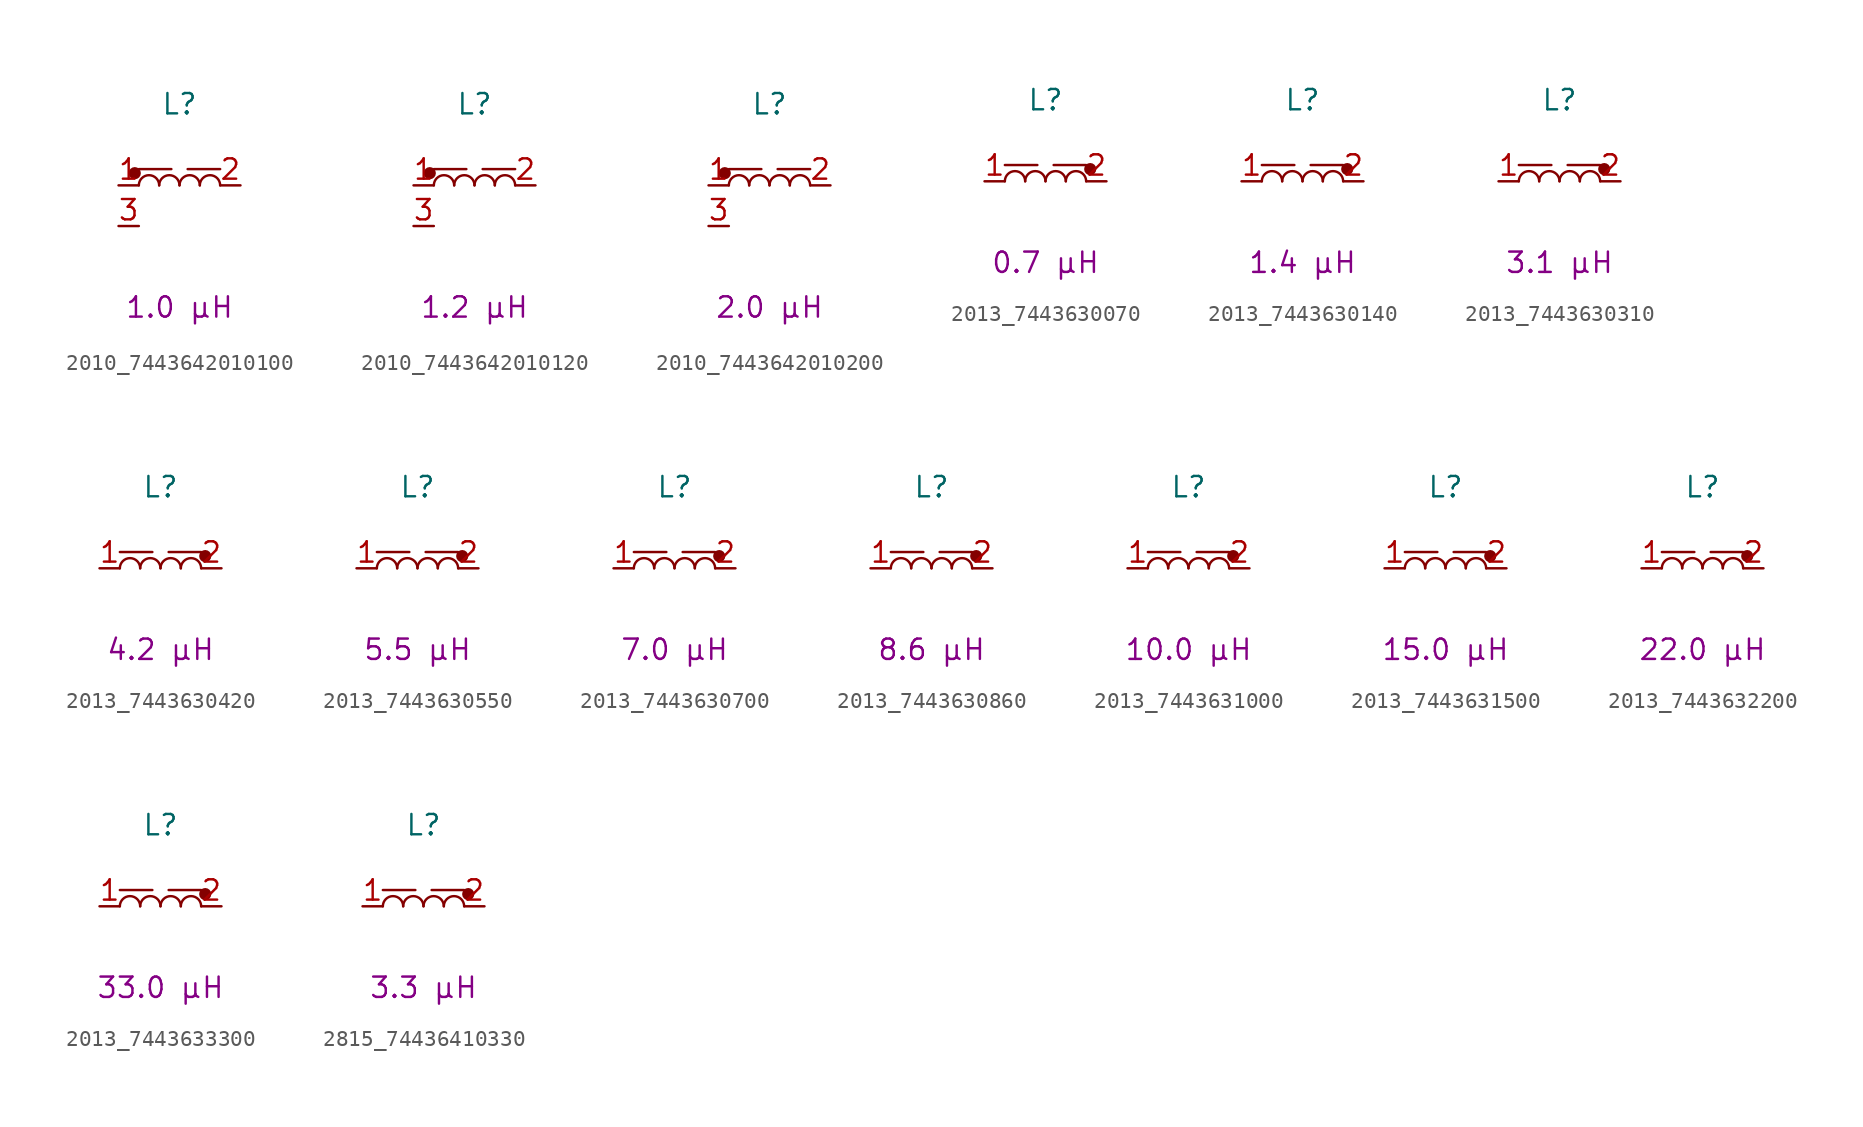
<source format=kicad_sym>
(kicad_symbol_lib
  (version 20220914)
  (generator kicad_symbol_editor)
  (symbol "2010_7443642010100"
    (pin_names hide)
    (property "Reference" "L"
      (at 0 5.08 0)
      (effects (font (size 1.27 1.27))))
    (property "Critical Parameter" "1.0 µH"
      (at 0 -7.62 0)
      (effects (font (size 1.27 1.27))))
    (symbol "2010_7443642010100_0_1"
      (arc (start -1.27 0) (mid -1.905 0.6323) (end -2.54 0) (stroke (width 0) (type default)) (fill (type none)))
      (arc (start 0 0) (mid -0.635 0.6323) (end -1.27 0) (stroke (width 0) (type default)) (fill (type none)))
      (polyline (pts (xy -2.54 1.016) (xy -0.508 1.016)) (stroke (width 0) (type default)) (fill (type none)))
      (arc (start 1.27 0) (mid 0.635 0.6323) (end 0 0) (stroke (width 0) (type default)) (fill (type none)))
      (arc (start 2.54 0) (mid 1.905 0.6323) (end 1.27 0) (stroke (width 0) (type default)) (fill (type none))))
    (symbol "2010_7443642010100_1_1"
      (circle (center -2.794 0.762) (radius 0.0001) (stroke (width 0.381) (type default)) (fill (type none)))
      (polyline (pts (xy 2.54 1.016) (xy 0.508 1.016)) (stroke (width 0) (type default)) (fill (type none)))
      (pin passive line (at -3.81 0 0) (length 1.27) (name "1" (effects (font (size 1.27 1.27)))) (number "1" (effects (font (size 1.27 1.27)))))
      (pin passive line (at 3.81 0 180) (length 1.27) (name "2" (effects (font (size 1.27 1.27)))) (number "2" (effects (font (size 1.27 1.27)))))
      (pin passive line (at -3.81 -2.54 0) (length 1.27) (name "3" (effects (font (size 1.27 1.27)))) (number "3" (effects (font (size 1.27 1.27)))))))
  (symbol "2010_7443642010120"
    (pin_names hide)
    (property "Reference" "L"
      (at 0 5.08 0)
      (effects (font (size 1.27 1.27))))
    (property "Critical Parameter" "1.2 µH"
      (at 0 -7.62 0)
      (effects (font (size 1.27 1.27))))
    (symbol "2010_7443642010120_0_1"
      (arc (start -1.27 0) (mid -1.905 0.6323) (end -2.54 0) (stroke (width 0) (type default)) (fill (type none)))
      (arc (start 0 0) (mid -0.635 0.6323) (end -1.27 0) (stroke (width 0) (type default)) (fill (type none)))
      (polyline (pts (xy -2.54 1.016) (xy -0.508 1.016)) (stroke (width 0) (type default)) (fill (type none)))
      (arc (start 1.27 0) (mid 0.635 0.6323) (end 0 0) (stroke (width 0) (type default)) (fill (type none)))
      (arc (start 2.54 0) (mid 1.905 0.6323) (end 1.27 0) (stroke (width 0) (type default)) (fill (type none))))
    (symbol "2010_7443642010120_1_1"
      (circle (center -2.794 0.762) (radius 0.0001) (stroke (width 0.381) (type default)) (fill (type none)))
      (polyline (pts (xy 2.54 1.016) (xy 0.508 1.016)) (stroke (width 0) (type default)) (fill (type none)))
      (pin passive line (at -3.81 0 0) (length 1.27) (name "1" (effects (font (size 1.27 1.27)))) (number "1" (effects (font (size 1.27 1.27)))))
      (pin passive line (at 3.81 0 180) (length 1.27) (name "2" (effects (font (size 1.27 1.27)))) (number "2" (effects (font (size 1.27 1.27)))))
      (pin passive line (at -3.81 -2.54 0) (length 1.27) (name "3" (effects (font (size 1.27 1.27)))) (number "3" (effects (font (size 1.27 1.27)))))))
  (symbol "2010_7443642010200"
    (pin_names hide)
    (property "Reference" "L"
      (at 0 5.08 0)
      (effects (font (size 1.27 1.27))))
    (property "Critical Parameter" "2.0 µH"
      (at 0 -7.62 0)
      (effects (font (size 1.27 1.27))))
    (symbol "2010_7443642010200_0_1"
      (arc (start -1.27 0) (mid -1.905 0.6323) (end -2.54 0) (stroke (width 0) (type default)) (fill (type none)))
      (arc (start 0 0) (mid -0.635 0.6323) (end -1.27 0) (stroke (width 0) (type default)) (fill (type none)))
      (polyline (pts (xy -2.54 1.016) (xy -0.508 1.016)) (stroke (width 0) (type default)) (fill (type none)))
      (arc (start 1.27 0) (mid 0.635 0.6323) (end 0 0) (stroke (width 0) (type default)) (fill (type none)))
      (arc (start 2.54 0) (mid 1.905 0.6323) (end 1.27 0) (stroke (width 0) (type default)) (fill (type none))))
    (symbol "2010_7443642010200_1_1"
      (circle (center -2.794 0.762) (radius 0.0001) (stroke (width 0.381) (type default)) (fill (type none)))
      (polyline (pts (xy 2.54 1.016) (xy 0.508 1.016)) (stroke (width 0) (type default)) (fill (type none)))
      (pin passive line (at -3.81 0 0) (length 1.27) (name "1" (effects (font (size 1.27 1.27)))) (number "1" (effects (font (size 1.27 1.27)))))
      (pin passive line (at 3.81 0 180) (length 1.27) (name "2" (effects (font (size 1.27 1.27)))) (number "2" (effects (font (size 1.27 1.27)))))
      (pin passive line (at -3.81 -2.54 0) (length 1.27) (name "3" (effects (font (size 1.27 1.27)))) (number "3" (effects (font (size 1.27 1.27)))))))
  (symbol "2013_7443630070"
    (pin_names hide)
    (property "Reference" "L"
      (at 0 5.08 0)
      (effects (font (size 1.27 1.27))))
    (property "Critical Parameter" "0.7 µH"
      (at 0 -5.08 0)
      (effects (font (size 1.27 1.27))))
    (symbol "2013_7443630070_0_1"
      (arc (start -1.27 0) (mid -1.905 0.6323) (end -2.54 0) (stroke (width 0) (type default)) (fill (type none)))
      (arc (start 0 0) (mid -0.635 0.6323) (end -1.27 0) (stroke (width 0) (type default)) (fill (type none)))
      (polyline (pts (xy -2.54 1.016) (xy -0.508 1.016)) (stroke (width 0) (type default)) (fill (type none)))
      (arc (start 1.27 0) (mid 0.635 0.6323) (end 0 0) (stroke (width 0) (type default)) (fill (type none)))
      (arc (start 2.54 0) (mid 1.905 0.6323) (end 1.27 0) (stroke (width 0) (type default)) (fill (type none))))
    (symbol "2013_7443630070_1_1"
      (polyline (pts (xy 2.54 1.016) (xy 0.508 1.016)) (stroke (width 0) (type default)) (fill (type none)))
      (circle (center 2.794 0.762) (radius 0.0001) (stroke (width 0.381) (type default)) (fill (type none)))
      (pin passive line (at -3.81 0 0) (length 1.27) (name "1" (effects (font (size 1.27 1.27)))) (number "1" (effects (font (size 1.27 1.27)))))
      (pin passive line (at 3.81 0 180) (length 1.27) (name "2" (effects (font (size 1.27 1.27)))) (number "2" (effects (font (size 1.27 1.27)))))))
  (symbol "2013_7443630140"
    (pin_names hide)
    (property "Reference" "L"
      (at 0 5.08 0)
      (effects (font (size 1.27 1.27))))
    (property "Critical Parameter" "1.4 µH"
      (at 0 -5.08 0)
      (effects (font (size 1.27 1.27))))
    (symbol "2013_7443630140_0_1"
      (arc (start -1.27 0) (mid -1.905 0.6323) (end -2.54 0) (stroke (width 0) (type default)) (fill (type none)))
      (arc (start 0 0) (mid -0.635 0.6323) (end -1.27 0) (stroke (width 0) (type default)) (fill (type none)))
      (polyline (pts (xy -2.54 1.016) (xy -0.508 1.016)) (stroke (width 0) (type default)) (fill (type none)))
      (arc (start 1.27 0) (mid 0.635 0.6323) (end 0 0) (stroke (width 0) (type default)) (fill (type none)))
      (arc (start 2.54 0) (mid 1.905 0.6323) (end 1.27 0) (stroke (width 0) (type default)) (fill (type none))))
    (symbol "2013_7443630140_1_1"
      (polyline (pts (xy 2.54 1.016) (xy 0.508 1.016)) (stroke (width 0) (type default)) (fill (type none)))
      (circle (center 2.794 0.762) (radius 0.0001) (stroke (width 0.381) (type default)) (fill (type none)))
      (pin passive line (at -3.81 0 0) (length 1.27) (name "1" (effects (font (size 1.27 1.27)))) (number "1" (effects (font (size 1.27 1.27)))))
      (pin passive line (at 3.81 0 180) (length 1.27) (name "2" (effects (font (size 1.27 1.27)))) (number "2" (effects (font (size 1.27 1.27)))))))
  (symbol "2013_7443630310"
    (pin_names hide)
    (property "Reference" "L"
      (at 0 5.08 0)
      (effects (font (size 1.27 1.27))))
    (property "Critical Parameter" "3.1 µH"
      (at 0 -5.08 0)
      (effects (font (size 1.27 1.27))))
    (symbol "2013_7443630310_0_1"
      (arc (start -1.27 0) (mid -1.905 0.6323) (end -2.54 0) (stroke (width 0) (type default)) (fill (type none)))
      (arc (start 0 0) (mid -0.635 0.6323) (end -1.27 0) (stroke (width 0) (type default)) (fill (type none)))
      (polyline (pts (xy -2.54 1.016) (xy -0.508 1.016)) (stroke (width 0) (type default)) (fill (type none)))
      (arc (start 1.27 0) (mid 0.635 0.6323) (end 0 0) (stroke (width 0) (type default)) (fill (type none)))
      (arc (start 2.54 0) (mid 1.905 0.6323) (end 1.27 0) (stroke (width 0) (type default)) (fill (type none))))
    (symbol "2013_7443630310_1_1"
      (polyline (pts (xy 2.54 1.016) (xy 0.508 1.016)) (stroke (width 0) (type default)) (fill (type none)))
      (circle (center 2.794 0.762) (radius 0.0001) (stroke (width 0.381) (type default)) (fill (type none)))
      (pin passive line (at -3.81 0 0) (length 1.27) (name "1" (effects (font (size 1.27 1.27)))) (number "1" (effects (font (size 1.27 1.27)))))
      (pin passive line (at 3.81 0 180) (length 1.27) (name "2" (effects (font (size 1.27 1.27)))) (number "2" (effects (font (size 1.27 1.27)))))))
  (symbol "2013_7443630420"
    (pin_names hide)
    (property "Reference" "L"
      (at 0 5.08 0)
      (effects (font (size 1.27 1.27))))
    (property "Critical Parameter" "4.2 µH"
      (at 0 -5.08 0)
      (effects (font (size 1.27 1.27))))
    (symbol "2013_7443630420_0_1"
      (arc (start -1.27 0) (mid -1.905 0.6323) (end -2.54 0) (stroke (width 0) (type default)) (fill (type none)))
      (arc (start 0 0) (mid -0.635 0.6323) (end -1.27 0) (stroke (width 0) (type default)) (fill (type none)))
      (polyline (pts (xy -2.54 1.016) (xy -0.508 1.016)) (stroke (width 0) (type default)) (fill (type none)))
      (arc (start 1.27 0) (mid 0.635 0.6323) (end 0 0) (stroke (width 0) (type default)) (fill (type none)))
      (arc (start 2.54 0) (mid 1.905 0.6323) (end 1.27 0) (stroke (width 0) (type default)) (fill (type none))))
    (symbol "2013_7443630420_1_1"
      (polyline (pts (xy 2.54 1.016) (xy 0.508 1.016)) (stroke (width 0) (type default)) (fill (type none)))
      (circle (center 2.794 0.762) (radius 0.0001) (stroke (width 0.381) (type default)) (fill (type none)))
      (pin passive line (at -3.81 0 0) (length 1.27) (name "1" (effects (font (size 1.27 1.27)))) (number "1" (effects (font (size 1.27 1.27)))))
      (pin passive line (at 3.81 0 180) (length 1.27) (name "2" (effects (font (size 1.27 1.27)))) (number "2" (effects (font (size 1.27 1.27)))))))
  (symbol "2013_7443630550"
    (pin_names hide)
    (property "Reference" "L"
      (at 0 5.08 0)
      (effects (font (size 1.27 1.27))))
    (property "Critical Parameter" "5.5 µH"
      (at 0 -5.08 0)
      (effects (font (size 1.27 1.27))))
    (symbol "2013_7443630550_0_1"
      (arc (start -1.27 0) (mid -1.905 0.6323) (end -2.54 0) (stroke (width 0) (type default)) (fill (type none)))
      (arc (start 0 0) (mid -0.635 0.6323) (end -1.27 0) (stroke (width 0) (type default)) (fill (type none)))
      (polyline (pts (xy -2.54 1.016) (xy -0.508 1.016)) (stroke (width 0) (type default)) (fill (type none)))
      (arc (start 1.27 0) (mid 0.635 0.6323) (end 0 0) (stroke (width 0) (type default)) (fill (type none)))
      (arc (start 2.54 0) (mid 1.905 0.6323) (end 1.27 0) (stroke (width 0) (type default)) (fill (type none))))
    (symbol "2013_7443630550_1_1"
      (polyline (pts (xy 2.54 1.016) (xy 0.508 1.016)) (stroke (width 0) (type default)) (fill (type none)))
      (circle (center 2.794 0.762) (radius 0.0001) (stroke (width 0.381) (type default)) (fill (type none)))
      (pin passive line (at -3.81 0 0) (length 1.27) (name "1" (effects (font (size 1.27 1.27)))) (number "1" (effects (font (size 1.27 1.27)))))
      (pin passive line (at 3.81 0 180) (length 1.27) (name "2" (effects (font (size 1.27 1.27)))) (number "2" (effects (font (size 1.27 1.27)))))))
  (symbol "2013_7443630700"
    (pin_names hide)
    (property "Reference" "L"
      (at 0 5.08 0)
      (effects (font (size 1.27 1.27))))
    (property "Critical Parameter" "7.0 µH"
      (at 0 -5.08 0)
      (effects (font (size 1.27 1.27))))
    (symbol "2013_7443630700_0_1"
      (arc (start -1.27 0) (mid -1.905 0.6323) (end -2.54 0) (stroke (width 0) (type default)) (fill (type none)))
      (arc (start 0 0) (mid -0.635 0.6323) (end -1.27 0) (stroke (width 0) (type default)) (fill (type none)))
      (polyline (pts (xy -2.54 1.016) (xy -0.508 1.016)) (stroke (width 0) (type default)) (fill (type none)))
      (arc (start 1.27 0) (mid 0.635 0.6323) (end 0 0) (stroke (width 0) (type default)) (fill (type none)))
      (arc (start 2.54 0) (mid 1.905 0.6323) (end 1.27 0) (stroke (width 0) (type default)) (fill (type none))))
    (symbol "2013_7443630700_1_1"
      (polyline (pts (xy 2.54 1.016) (xy 0.508 1.016)) (stroke (width 0) (type default)) (fill (type none)))
      (circle (center 2.794 0.762) (radius 0.0001) (stroke (width 0.381) (type default)) (fill (type none)))
      (pin passive line (at -3.81 0 0) (length 1.27) (name "1" (effects (font (size 1.27 1.27)))) (number "1" (effects (font (size 1.27 1.27)))))
      (pin passive line (at 3.81 0 180) (length 1.27) (name "2" (effects (font (size 1.27 1.27)))) (number "2" (effects (font (size 1.27 1.27)))))))
  (symbol "2013_7443630860"
    (pin_names hide)
    (property "Reference" "L"
      (at 0 5.08 0)
      (effects (font (size 1.27 1.27))))
    (property "Critical Parameter" "8.6 µH"
      (at 0 -5.08 0)
      (effects (font (size 1.27 1.27))))
    (symbol "2013_7443630860_0_1"
      (arc (start -1.27 0) (mid -1.905 0.6323) (end -2.54 0) (stroke (width 0) (type default)) (fill (type none)))
      (arc (start 0 0) (mid -0.635 0.6323) (end -1.27 0) (stroke (width 0) (type default)) (fill (type none)))
      (polyline (pts (xy -2.54 1.016) (xy -0.508 1.016)) (stroke (width 0) (type default)) (fill (type none)))
      (arc (start 1.27 0) (mid 0.635 0.6323) (end 0 0) (stroke (width 0) (type default)) (fill (type none)))
      (arc (start 2.54 0) (mid 1.905 0.6323) (end 1.27 0) (stroke (width 0) (type default)) (fill (type none))))
    (symbol "2013_7443630860_1_1"
      (polyline (pts (xy 2.54 1.016) (xy 0.508 1.016)) (stroke (width 0) (type default)) (fill (type none)))
      (circle (center 2.794 0.762) (radius 0.0001) (stroke (width 0.381) (type default)) (fill (type none)))
      (pin passive line (at -3.81 0 0) (length 1.27) (name "1" (effects (font (size 1.27 1.27)))) (number "1" (effects (font (size 1.27 1.27)))))
      (pin passive line (at 3.81 0 180) (length 1.27) (name "2" (effects (font (size 1.27 1.27)))) (number "2" (effects (font (size 1.27 1.27)))))))
  (symbol "2013_7443631000"
    (pin_names hide)
    (property "Reference" "L"
      (at 0 5.08 0)
      (effects (font (size 1.27 1.27))))
    (property "Critical Parameter" "10.0 µH"
      (at 0 -5.08 0)
      (effects (font (size 1.27 1.27))))
    (symbol "2013_7443631000_0_1"
      (arc (start -1.27 0) (mid -1.905 0.6323) (end -2.54 0) (stroke (width 0) (type default)) (fill (type none)))
      (arc (start 0 0) (mid -0.635 0.6323) (end -1.27 0) (stroke (width 0) (type default)) (fill (type none)))
      (polyline (pts (xy -2.54 1.016) (xy -0.508 1.016)) (stroke (width 0) (type default)) (fill (type none)))
      (arc (start 1.27 0) (mid 0.635 0.6323) (end 0 0) (stroke (width 0) (type default)) (fill (type none)))
      (arc (start 2.54 0) (mid 1.905 0.6323) (end 1.27 0) (stroke (width 0) (type default)) (fill (type none))))
    (symbol "2013_7443631000_1_1"
      (polyline (pts (xy 2.54 1.016) (xy 0.508 1.016)) (stroke (width 0) (type default)) (fill (type none)))
      (circle (center 2.794 0.762) (radius 0.0001) (stroke (width 0.381) (type default)) (fill (type none)))
      (pin passive line (at -3.81 0 0) (length 1.27) (name "1" (effects (font (size 1.27 1.27)))) (number "1" (effects (font (size 1.27 1.27)))))
      (pin passive line (at 3.81 0 180) (length 1.27) (name "2" (effects (font (size 1.27 1.27)))) (number "2" (effects (font (size 1.27 1.27)))))))
  (symbol "2013_7443631500"
    (pin_names hide)
    (property "Reference" "L"
      (at 0 5.08 0)
      (effects (font (size 1.27 1.27))))
    (property "Critical Parameter" "15.0 µH"
      (at 0 -5.08 0)
      (effects (font (size 1.27 1.27))))
    (symbol "2013_7443631500_0_1"
      (arc (start -1.27 0) (mid -1.905 0.6323) (end -2.54 0) (stroke (width 0) (type default)) (fill (type none)))
      (arc (start 0 0) (mid -0.635 0.6323) (end -1.27 0) (stroke (width 0) (type default)) (fill (type none)))
      (polyline (pts (xy -2.54 1.016) (xy -0.508 1.016)) (stroke (width 0) (type default)) (fill (type none)))
      (arc (start 1.27 0) (mid 0.635 0.6323) (end 0 0) (stroke (width 0) (type default)) (fill (type none)))
      (arc (start 2.54 0) (mid 1.905 0.6323) (end 1.27 0) (stroke (width 0) (type default)) (fill (type none))))
    (symbol "2013_7443631500_1_1"
      (polyline (pts (xy 2.54 1.016) (xy 0.508 1.016)) (stroke (width 0) (type default)) (fill (type none)))
      (circle (center 2.794 0.762) (radius 0.0001) (stroke (width 0.381) (type default)) (fill (type none)))
      (pin passive line (at -3.81 0 0) (length 1.27) (name "1" (effects (font (size 1.27 1.27)))) (number "1" (effects (font (size 1.27 1.27)))))
      (pin passive line (at 3.81 0 180) (length 1.27) (name "2" (effects (font (size 1.27 1.27)))) (number "2" (effects (font (size 1.27 1.27)))))))
  (symbol "2013_7443632200"
    (pin_names hide)
    (property "Reference" "L"
      (at 0 5.08 0)
      (effects (font (size 1.27 1.27))))
    (property "Critical Parameter" "22.0 µH"
      (at 0 -5.08 0)
      (effects (font (size 1.27 1.27))))
    (symbol "2013_7443632200_0_1"
      (arc (start -1.27 0) (mid -1.905 0.6323) (end -2.54 0) (stroke (width 0) (type default)) (fill (type none)))
      (arc (start 0 0) (mid -0.635 0.6323) (end -1.27 0) (stroke (width 0) (type default)) (fill (type none)))
      (polyline (pts (xy -2.54 1.016) (xy -0.508 1.016)) (stroke (width 0) (type default)) (fill (type none)))
      (arc (start 1.27 0) (mid 0.635 0.6323) (end 0 0) (stroke (width 0) (type default)) (fill (type none)))
      (arc (start 2.54 0) (mid 1.905 0.6323) (end 1.27 0) (stroke (width 0) (type default)) (fill (type none))))
    (symbol "2013_7443632200_1_1"
      (polyline (pts (xy 2.54 1.016) (xy 0.508 1.016)) (stroke (width 0) (type default)) (fill (type none)))
      (circle (center 2.794 0.762) (radius 0.0001) (stroke (width 0.381) (type default)) (fill (type none)))
      (pin passive line (at -3.81 0 0) (length 1.27) (name "1" (effects (font (size 1.27 1.27)))) (number "1" (effects (font (size 1.27 1.27)))))
      (pin passive line (at 3.81 0 180) (length 1.27) (name "2" (effects (font (size 1.27 1.27)))) (number "2" (effects (font (size 1.27 1.27)))))))
  (symbol "2013_7443633300"
    (pin_names hide)
    (property "Reference" "L"
      (at 0 5.08 0)
      (effects (font (size 1.27 1.27))))
    (property "Critical Parameter" "33.0 µH"
      (at 0 -5.08 0)
      (effects (font (size 1.27 1.27))))
    (symbol "2013_7443633300_0_1"
      (arc (start -1.27 0) (mid -1.905 0.6323) (end -2.54 0) (stroke (width 0) (type default)) (fill (type none)))
      (arc (start 0 0) (mid -0.635 0.6323) (end -1.27 0) (stroke (width 0) (type default)) (fill (type none)))
      (polyline (pts (xy -2.54 1.016) (xy -0.508 1.016)) (stroke (width 0) (type default)) (fill (type none)))
      (arc (start 1.27 0) (mid 0.635 0.6323) (end 0 0) (stroke (width 0) (type default)) (fill (type none)))
      (arc (start 2.54 0) (mid 1.905 0.6323) (end 1.27 0) (stroke (width 0) (type default)) (fill (type none))))
    (symbol "2013_7443633300_1_1"
      (polyline (pts (xy 2.54 1.016) (xy 0.508 1.016)) (stroke (width 0) (type default)) (fill (type none)))
      (circle (center 2.794 0.762) (radius 0.0001) (stroke (width 0.381) (type default)) (fill (type none)))
      (pin passive line (at -3.81 0 0) (length 1.27) (name "1" (effects (font (size 1.27 1.27)))) (number "1" (effects (font (size 1.27 1.27)))))
      (pin passive line (at 3.81 0 180) (length 1.27) (name "2" (effects (font (size 1.27 1.27)))) (number "2" (effects (font (size 1.27 1.27)))))))
  (symbol "2815_74436410330"
    (pin_names hide)
    (property "Reference" "L"
      (at 0 5.08 0)
      (effects (font (size 1.27 1.27))))
    (property "Critical Parameter" "3.3 µH"
      (at 0 -5.08 0)
      (effects (font (size 1.27 1.27))))
    (symbol "2815_74436410330_0_1"
      (arc (start -1.27 0) (mid -1.905 0.6323) (end -2.54 0) (stroke (width 0) (type default)) (fill (type none)))
      (arc (start 0 0) (mid -0.635 0.6323) (end -1.27 0) (stroke (width 0) (type default)) (fill (type none)))
      (polyline (pts (xy -2.54 1.016) (xy -0.508 1.016)) (stroke (width 0) (type default)) (fill (type none)))
      (arc (start 1.27 0) (mid 0.635 0.6323) (end 0 0) (stroke (width 0) (type default)) (fill (type none)))
      (arc (start 2.54 0) (mid 1.905 0.6323) (end 1.27 0) (stroke (width 0) (type default)) (fill (type none))))
    (symbol "2815_74436410330_1_1"
      (polyline (pts (xy 2.54 1.016) (xy 0.508 1.016)) (stroke (width 0) (type default)) (fill (type none)))
      (circle (center 2.794 0.762) (radius 0.0001) (stroke (width 0.381) (type default)) (fill (type none)))
      (pin passive line (at -3.81 0 0) (length 1.27) (name "1" (effects (font (size 1.27 1.27)))) (number "1" (effects (font (size 1.27 1.27)))))
      (pin passive line (at 3.81 0 180) (length 1.27) (name "2" (effects (font (size 1.27 1.27)))) (number "2" (effects (font (size 1.27 1.27))))))))
</source>
